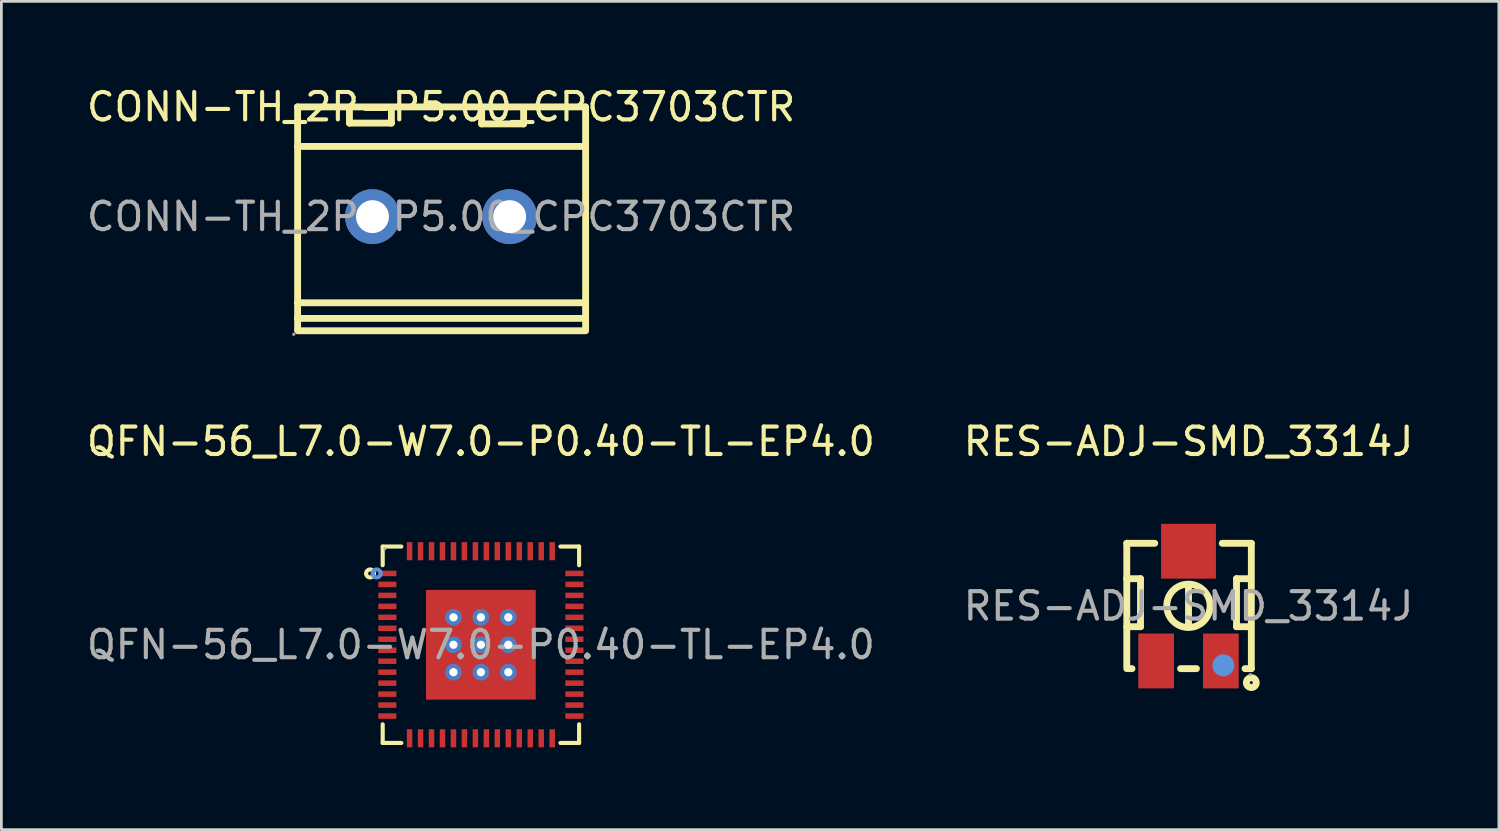
<source format=kicad_pcb>
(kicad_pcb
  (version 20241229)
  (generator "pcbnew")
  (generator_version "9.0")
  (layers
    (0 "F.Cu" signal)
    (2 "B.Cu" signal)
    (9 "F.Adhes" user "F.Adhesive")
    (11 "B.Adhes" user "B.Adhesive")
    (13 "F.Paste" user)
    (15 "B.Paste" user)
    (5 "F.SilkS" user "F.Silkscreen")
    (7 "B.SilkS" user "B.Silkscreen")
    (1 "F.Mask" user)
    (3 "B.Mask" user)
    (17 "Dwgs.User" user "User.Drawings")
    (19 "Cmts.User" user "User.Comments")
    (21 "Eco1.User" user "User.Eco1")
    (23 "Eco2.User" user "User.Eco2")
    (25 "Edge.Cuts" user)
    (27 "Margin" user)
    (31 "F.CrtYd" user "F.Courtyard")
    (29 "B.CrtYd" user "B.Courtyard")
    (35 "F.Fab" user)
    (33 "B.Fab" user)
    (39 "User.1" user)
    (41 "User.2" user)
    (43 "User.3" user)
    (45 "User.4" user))
  (footprint "CONN-TH_2P-P5.00_CPC3703CTR"
    (layer "F.Cu")
    (at 13.03 4.848)
    (property "Reference" "CONN-TH_2P-P5.00_CPC3703CTR" (at 0 -4 0) (layer "F.SilkS") (effects (font (size 1 1) (thickness 0.15))))
    (attr through_hole)
    (fp_line (start -5.24 -4) (end 5.26 -4) (stroke (width 0.25) (type solid)) (layer "F.SilkS"))
    (fp_line (start -5.24 -2.56) (end 5.26 -2.56) (stroke (width 0.25) (type solid)) (layer "F.SilkS"))
    (fp_line (start -5.24 3.14) (end 5.26 3.14) (stroke (width 0.25) (type solid)) (layer "F.SilkS"))
    (fp_line (start -5.24 3.71) (end 5.26 3.71) (stroke (width 0.25) (type solid)) (layer "F.SilkS"))
    (fp_line (start -5.23 -4) (end -5.23 4.1) (stroke (width 0.25) (type solid)) (layer "F.SilkS"))
    (fp_line (start -5.23 4.16) (end 5.27 4.16) (stroke (width 0.25) (type solid)) (layer "F.SilkS"))
    (fp_line (start -3.34 -3.95) (end -3.34 -3.41) (stroke (width 0.25) (type solid)) (layer "F.SilkS"))
    (fp_line (start -3.34 -3.41) (end -1.81 -3.41) (stroke (width 0.25) (type solid)) (layer "F.SilkS"))
    (fp_line (start -1.81 -3.41) (end -1.81 -3.95) (stroke (width 0.25) (type solid)) (layer "F.SilkS"))
    (fp_line (start 1.48 -3.92) (end 1.48 -3.38) (stroke (width 0.25) (type solid)) (layer "F.SilkS"))
    (fp_line (start 1.48 -3.38) (end 3.01 -3.38) (stroke (width 0.25) (type solid)) (layer "F.SilkS"))
    (fp_line (start 3.01 -3.38) (end 3.01 -3.92) (stroke (width 0.25) (type solid)) (layer "F.SilkS"))
    (fp_line (start 5.27 -4) (end 5.27 4.1) (stroke (width 0.25) (type solid)) (layer "F.SilkS"))
    (fp_circle (center -5.37 4.29) (end -5.34 4.29) (stroke (width 0.06) (type solid)) (fill no) (layer "F.Fab"))
    (fp_circle (center -2.5 0) (end -2.25 0) (stroke (width 0.5) (type solid)) (fill no) (layer "F.Fab"))
    (fp_circle (center 2.5 0) (end 2.75 0) (stroke (width 0.5) (type solid)) (fill no) (layer "F.Fab"))
    (fp_text user "${REFERENCE}" (at 0 0 0) (layer "F.Fab") (effects (font (size 1 1) (thickness 0.15))))
    (pad "1" thru_hole circle (at -2.5 0) (size 2 2) (drill 1.2) (layers "*.Cu" "*.Mask"))
    (pad "2" thru_hole circle (at 2.5 0) (size 2 2) (drill 1.2) (layers "*.Cu" "*.Mask")))
  (footprint "RES-ADJ-SMD_3314J"
    (layer "F.Cu")
    (at 40.28 19.047)
    (property "Reference" "RES-ADJ-SMD_3314J" (at 0 -6 0) (layer "F.SilkS") (effects (font (size 1 1) (thickness 0.15))))
    (attr smd)
    (fp_line (start -2.25 -2.29) (end -1.23 -2.29) (stroke (width 0.25) (type solid)) (layer "F.SilkS"))
    (fp_line (start -2.25 -1) (end -2.25 -2.29) (stroke (width 0.25) (type solid)) (layer "F.SilkS"))
    (fp_line (start -2.25 -1) (end -2.25 2.28) (stroke (width 0.25) (type solid)) (layer "F.SilkS"))
    (fp_line (start -2.25 -1) (end -1.75 -1) (stroke (width 0.25) (type solid)) (layer "F.SilkS"))
    (fp_line (start -2.06 2.28) (end -2.16 2.28) (stroke (width 0.25) (type solid)) (layer "F.SilkS"))
    (fp_line (start -1.75 -1) (end -1.75 0.75) (stroke (width 0.25) (type solid)) (layer "F.SilkS"))
    (fp_line (start -1.75 0.75) (end -2.25 0.75) (stroke (width 0.25) (type solid)) (layer "F.SilkS"))
    (fp_line (start 0 0.75) (end 0 -0.75) (stroke (width 0.25) (type solid)) (layer "F.SilkS"))
    (fp_line (start 0.29 2.28) (end -0.29 2.28) (stroke (width 0.25) (type solid)) (layer "F.SilkS"))
    (fp_line (start 1.23 -2.29) (end 2.29 -2.29) (stroke (width 0.25) (type solid)) (layer "F.SilkS"))
    (fp_line (start 1.75 -1) (end 2.25 -1) (stroke (width 0.25) (type solid)) (layer "F.SilkS"))
    (fp_line (start 1.75 0.75) (end 1.75 -1) (stroke (width 0.25) (type solid)) (layer "F.SilkS"))
    (fp_line (start 2.25 0.75) (end 1.75 0.75) (stroke (width 0.25) (type solid)) (layer "F.SilkS"))
    (fp_line (start 2.29 -2.29) (end 2.29 2.28) (stroke (width 0.25) (type solid)) (layer "F.SilkS"))
    (fp_line (start 2.29 2.28) (end 2.06 2.28) (stroke (width 0.25) (type solid)) (layer "F.SilkS"))
    (fp_arc (start 0.01 -0.8) (mid -0.004967 0.780048) (end -0.000066 -0.800063) (stroke (width 0.25) (type solid)) (layer "F.SilkS"))
    (fp_circle (center 2.29 2.79) (end 2.47 2.79) (stroke (width 0.25) (type solid)) (fill no) (layer "F.SilkS"))
    (fp_circle (center 1.27 2.16) (end 1.47 2.16) (stroke (width 0.4) (type solid)) (fill no) (layer "Cmts.User"))
    (fp_circle (center 2.25 2.5) (end 2.28 2.5) (stroke (width 0.06) (type solid)) (fill no) (layer "F.Fab"))
    (fp_text user "${REFERENCE}" (at 0 0 0) (layer "F.Fab") (effects (font (size 1 1) (thickness 0.15))))
    (pad "1" smd rect (at 1.18 2 90) (size 2 1.3) (layers "F.Cu" "F.Mask" "F.Paste"))
    (pad "2" smd rect (at 0 -2) (size 2 2) (layers "F.Cu" "F.Mask" "F.Paste"))
    (pad "3" smd rect (at -1.18 2 90) (size 2 1.3) (layers "F.Cu" "F.Mask" "F.Paste")))
  (footprint "QFN-56_L7.0-W7.0-P0.40-TL-EP4.0"
    (layer "F.Cu")
    (at 14.482 20.456)
    (property "Reference" "QFN-56_L7.0-W7.0-P0.40-TL-EP4.0" (at 0 -7.41 0) (layer "F.SilkS") (effects (font (size 1 1) (thickness 0.15))))
    (attr smd)
    (fp_line (start -3.58 -3.58) (end -3.58 -2.9) (stroke (width 0.15) (type solid)) (layer "F.SilkS"))
    (fp_line (start -3.58 3.58) (end -3.58 2.9) (stroke (width 0.15) (type solid)) (layer "F.SilkS"))
    (fp_line (start -2.9 -3.58) (end -3.58 -3.58) (stroke (width 0.15) (type solid)) (layer "F.SilkS"))
    (fp_line (start -2.9 3.58) (end -3.58 3.58) (stroke (width 0.15) (type solid)) (layer "F.SilkS"))
    (fp_line (start 2.9 -3.58) (end 3.58 -3.58) (stroke (width 0.15) (type solid)) (layer "F.SilkS"))
    (fp_line (start 2.9 3.58) (end 3.58 3.58) (stroke (width 0.15) (type solid)) (layer "F.SilkS"))
    (fp_line (start 3.58 -3.58) (end 3.58 -2.9) (stroke (width 0.15) (type solid)) (layer "F.SilkS"))
    (fp_line (start 3.58 3.58) (end 3.58 2.9) (stroke (width 0.15) (type solid)) (layer "F.SilkS"))
    (fp_circle (center -4.04 -2.6) (end -3.97 -2.6) (stroke (width 0.15) (type solid)) (fill no) (layer "F.SilkS"))
    (fp_circle (center -3.8 -2.6) (end -3.73 -2.6) (stroke (width 0.15) (type solid)) (fill no) (layer "Cmts.User"))
    (fp_circle (center -3.5 -3.5) (end -3.47 -3.5) (stroke (width 0.06) (type solid)) (fill no) (layer "F.Fab"))
    (fp_text user "${REFERENCE}" (at 0 0 0) (layer "F.Fab") (effects (font (size 1 1) (thickness 0.15))))
    (pad "" thru_hole circle (at -1 -1) (size 0.61 0.61) (drill 0.3) (layers "*.Cu" "*.Paste" "*.Mask"))
    (pad "" thru_hole circle (at -1 0) (size 0.61 0.61) (drill 0.3) (layers "*.Cu" "*.Paste" "*.Mask"))
    (pad "" thru_hole circle (at -1 1) (size 0.61 0.61) (drill 0.3) (layers "*.Cu" "*.Paste" "*.Mask"))
    (pad "" thru_hole circle (at 0 -1) (size 0.61 0.61) (drill 0.3) (layers "*.Cu" "*.Paste" "*.Mask"))
    (pad "" thru_hole circle (at 0 0) (size 0.61 0.61) (drill 0.3) (layers "*.Cu" "*.Paste" "*.Mask"))
    (pad "" thru_hole circle (at 0 1) (size 0.61 0.61) (drill 0.3) (layers "*.Cu" "*.Paste" "*.Mask"))
    (pad "" thru_hole circle (at 1 -1) (size 0.61 0.61) (drill 0.3) (layers "*.Cu" "*.Paste" "*.Mask"))
    (pad "" thru_hole circle (at 1 0) (size 0.61 0.61) (drill 0.3) (layers "*.Cu" "*.Paste" "*.Mask"))
    (pad "" thru_hole circle (at 1 1) (size 0.61 0.61) (drill 0.3) (layers "*.Cu" "*.Paste" "*.Mask"))
    (pad "1" smd rect (at -3.41 -2.6) (size 0.66 0.2) (layers "F.Cu" "F.Mask" "F.Paste"))
    (pad "2" smd rect (at -3.41 -2.2) (size 0.66 0.2) (layers "F.Cu" "F.Mask" "F.Paste"))
    (pad "3" smd rect (at -3.41 -1.8) (size 0.66 0.2) (layers "F.Cu" "F.Mask" "F.Paste"))
    (pad "4" smd rect (at -3.41 -1.4) (size 0.66 0.2) (layers "F.Cu" "F.Mask" "F.Paste"))
    (pad "5" smd rect (at -3.41 -1) (size 0.66 0.2) (layers "F.Cu" "F.Mask" "F.Paste"))
    (pad "6" smd rect (at -3.41 -0.6) (size 0.66 0.2) (layers "F.Cu" "F.Mask" "F.Paste"))
    (pad "7" smd rect (at -3.41 -0.2) (size 0.66 0.2) (layers "F.Cu" "F.Mask" "F.Paste"))
    (pad "8" smd rect (at -3.41 0.2) (size 0.66 0.2) (layers "F.Cu" "F.Mask" "F.Paste"))
    (pad "9" smd rect (at -3.41 0.6) (size 0.66 0.2) (layers "F.Cu" "F.Mask" "F.Paste"))
    (pad "10" smd rect (at -3.41 1) (size 0.66 0.2) (layers "F.Cu" "F.Mask" "F.Paste"))
    (pad "11" smd rect (at -3.41 1.4) (size 0.66 0.2) (layers "F.Cu" "F.Mask" "F.Paste"))
    (pad "12" smd rect (at -3.41 1.8) (size 0.66 0.2) (layers "F.Cu" "F.Mask" "F.Paste"))
    (pad "13" smd rect (at -3.41 2.2) (size 0.66 0.2) (layers "F.Cu" "F.Mask" "F.Paste"))
    (pad "14" smd rect (at -3.41 2.6) (size 0.66 0.2) (layers "F.Cu" "F.Mask" "F.Paste"))
    (pad "15" smd rect (at -2.6 3.41) (size 0.2 0.66) (layers "F.Cu" "F.Mask" "F.Paste"))
    (pad "16" smd rect (at -2.2 3.41) (size 0.2 0.66) (layers "F.Cu" "F.Mask" "F.Paste"))
    (pad "17" smd rect (at -1.8 3.41) (size 0.2 0.66) (layers "F.Cu" "F.Mask" "F.Paste"))
    (pad "18" smd rect (at -1.4 3.41) (size 0.2 0.66) (layers "F.Cu" "F.Mask" "F.Paste"))
    (pad "19" smd rect (at -1 3.41) (size 0.2 0.66) (layers "F.Cu" "F.Mask" "F.Paste"))
    (pad "20" smd rect (at -0.6 3.41) (size 0.2 0.66) (layers "F.Cu" "F.Mask" "F.Paste"))
    (pad "21" smd rect (at -0.2 3.41) (size 0.2 0.66) (layers "F.Cu" "F.Mask" "F.Paste"))
    (pad "22" smd rect (at 0.2 3.41) (size 0.2 0.66) (layers "F.Cu" "F.Mask" "F.Paste"))
    (pad "23" smd rect (at 0.6 3.41) (size 0.2 0.66) (layers "F.Cu" "F.Mask" "F.Paste"))
    (pad "24" smd rect (at 1 3.41) (size 0.2 0.66) (layers "F.Cu" "F.Mask" "F.Paste"))
    (pad "25" smd rect (at 1.4 3.41) (size 0.2 0.66) (layers "F.Cu" "F.Mask" "F.Paste"))
    (pad "26" smd rect (at 1.8 3.41) (size 0.2 0.66) (layers "F.Cu" "F.Mask" "F.Paste"))
    (pad "27" smd rect (at 2.2 3.41) (size 0.2 0.66) (layers "F.Cu" "F.Mask" "F.Paste"))
    (pad "28" smd rect (at 2.6 3.41) (size 0.2 0.66) (layers "F.Cu" "F.Mask" "F.Paste"))
    (pad "29" smd rect (at 3.41 2.6) (size 0.66 0.2) (layers "F.Cu" "F.Mask" "F.Paste"))
    (pad "30" smd rect (at 3.41 2.2) (size 0.66 0.2) (layers "F.Cu" "F.Mask" "F.Paste"))
    (pad "31" smd rect (at 3.41 1.8) (size 0.66 0.2) (layers "F.Cu" "F.Mask" "F.Paste"))
    (pad "32" smd rect (at 3.41 1.4) (size 0.66 0.2) (layers "F.Cu" "F.Mask" "F.Paste"))
    (pad "33" smd rect (at 3.41 1) (size 0.66 0.2) (layers "F.Cu" "F.Mask" "F.Paste"))
    (pad "34" smd rect (at 3.41 0.6) (size 0.66 0.2) (layers "F.Cu" "F.Mask" "F.Paste"))
    (pad "35" smd rect (at 3.41 0.2) (size 0.66 0.2) (layers "F.Cu" "F.Mask" "F.Paste"))
    (pad "36" smd rect (at 3.41 -0.2) (size 0.66 0.2) (layers "F.Cu" "F.Mask" "F.Paste"))
    (pad "37" smd rect (at 3.41 -0.6) (size 0.66 0.2) (layers "F.Cu" "F.Mask" "F.Paste"))
    (pad "38" smd rect (at 3.41 -1) (size 0.66 0.2) (layers "F.Cu" "F.Mask" "F.Paste"))
    (pad "39" smd rect (at 3.41 -1.4) (size 0.66 0.2) (layers "F.Cu" "F.Mask" "F.Paste"))
    (pad "40" smd rect (at 3.41 -1.8) (size 0.66 0.2) (layers "F.Cu" "F.Mask" "F.Paste"))
    (pad "41" smd rect (at 3.41 -2.2) (size 0.66 0.2) (layers "F.Cu" "F.Mask" "F.Paste"))
    (pad "42" smd rect (at 3.41 -2.6) (size 0.66 0.2) (layers "F.Cu" "F.Mask" "F.Paste"))
    (pad "43" smd rect (at 2.6 -3.41) (size 0.2 0.66) (layers "F.Cu" "F.Mask" "F.Paste"))
    (pad "44" smd rect (at 2.2 -3.41) (size 0.2 0.66) (layers "F.Cu" "F.Mask" "F.Paste"))
    (pad "45" smd rect (at 1.8 -3.41) (size 0.2 0.66) (layers "F.Cu" "F.Mask" "F.Paste"))
    (pad "46" smd rect (at 1.4 -3.41) (size 0.2 0.66) (layers "F.Cu" "F.Mask" "F.Paste"))
    (pad "47" smd rect (at 1 -3.41) (size 0.2 0.66) (layers "F.Cu" "F.Mask" "F.Paste"))
    (pad "48" smd rect (at 0.6 -3.41) (size 0.2 0.66) (layers "F.Cu" "F.Mask" "F.Paste"))
    (pad "49" smd rect (at 0.2 -3.41) (size 0.2 0.66) (layers "F.Cu" "F.Mask" "F.Paste"))
    (pad "50" smd rect (at -0.2 -3.41) (size 0.2 0.66) (layers "F.Cu" "F.Mask" "F.Paste"))
    (pad "51" smd rect (at -0.6 -3.41) (size 0.2 0.66) (layers "F.Cu" "F.Mask" "F.Paste"))
    (pad "52" smd rect (at -1 -3.41) (size 0.2 0.66) (layers "F.Cu" "F.Mask" "F.Paste"))
    (pad "53" smd rect (at -1.4 -3.41) (size 0.2 0.66) (layers "F.Cu" "F.Mask" "F.Paste"))
    (pad "54" smd rect (at -1.8 -3.41) (size 0.2 0.66) (layers "F.Cu" "F.Mask" "F.Paste"))
    (pad "55" smd rect (at -2.2 -3.41) (size 0.2 0.66) (layers "F.Cu" "F.Mask" "F.Paste"))
    (pad "56" smd rect (at -2.6 -3.41) (size 0.2 0.66) (layers "F.Cu" "F.Mask" "F.Paste"))
    (pad "57" smd rect (at 0 0) (size 4 4) (layers "F.Cu" "F.Mask" "F.Paste")))
  (gr_rect
    (start -3 -3)
    (end 51.595 27.197)
    (stroke (width 0.1) (type default))
    (fill no)
    (layer "Edge.Cuts")))
</source>
